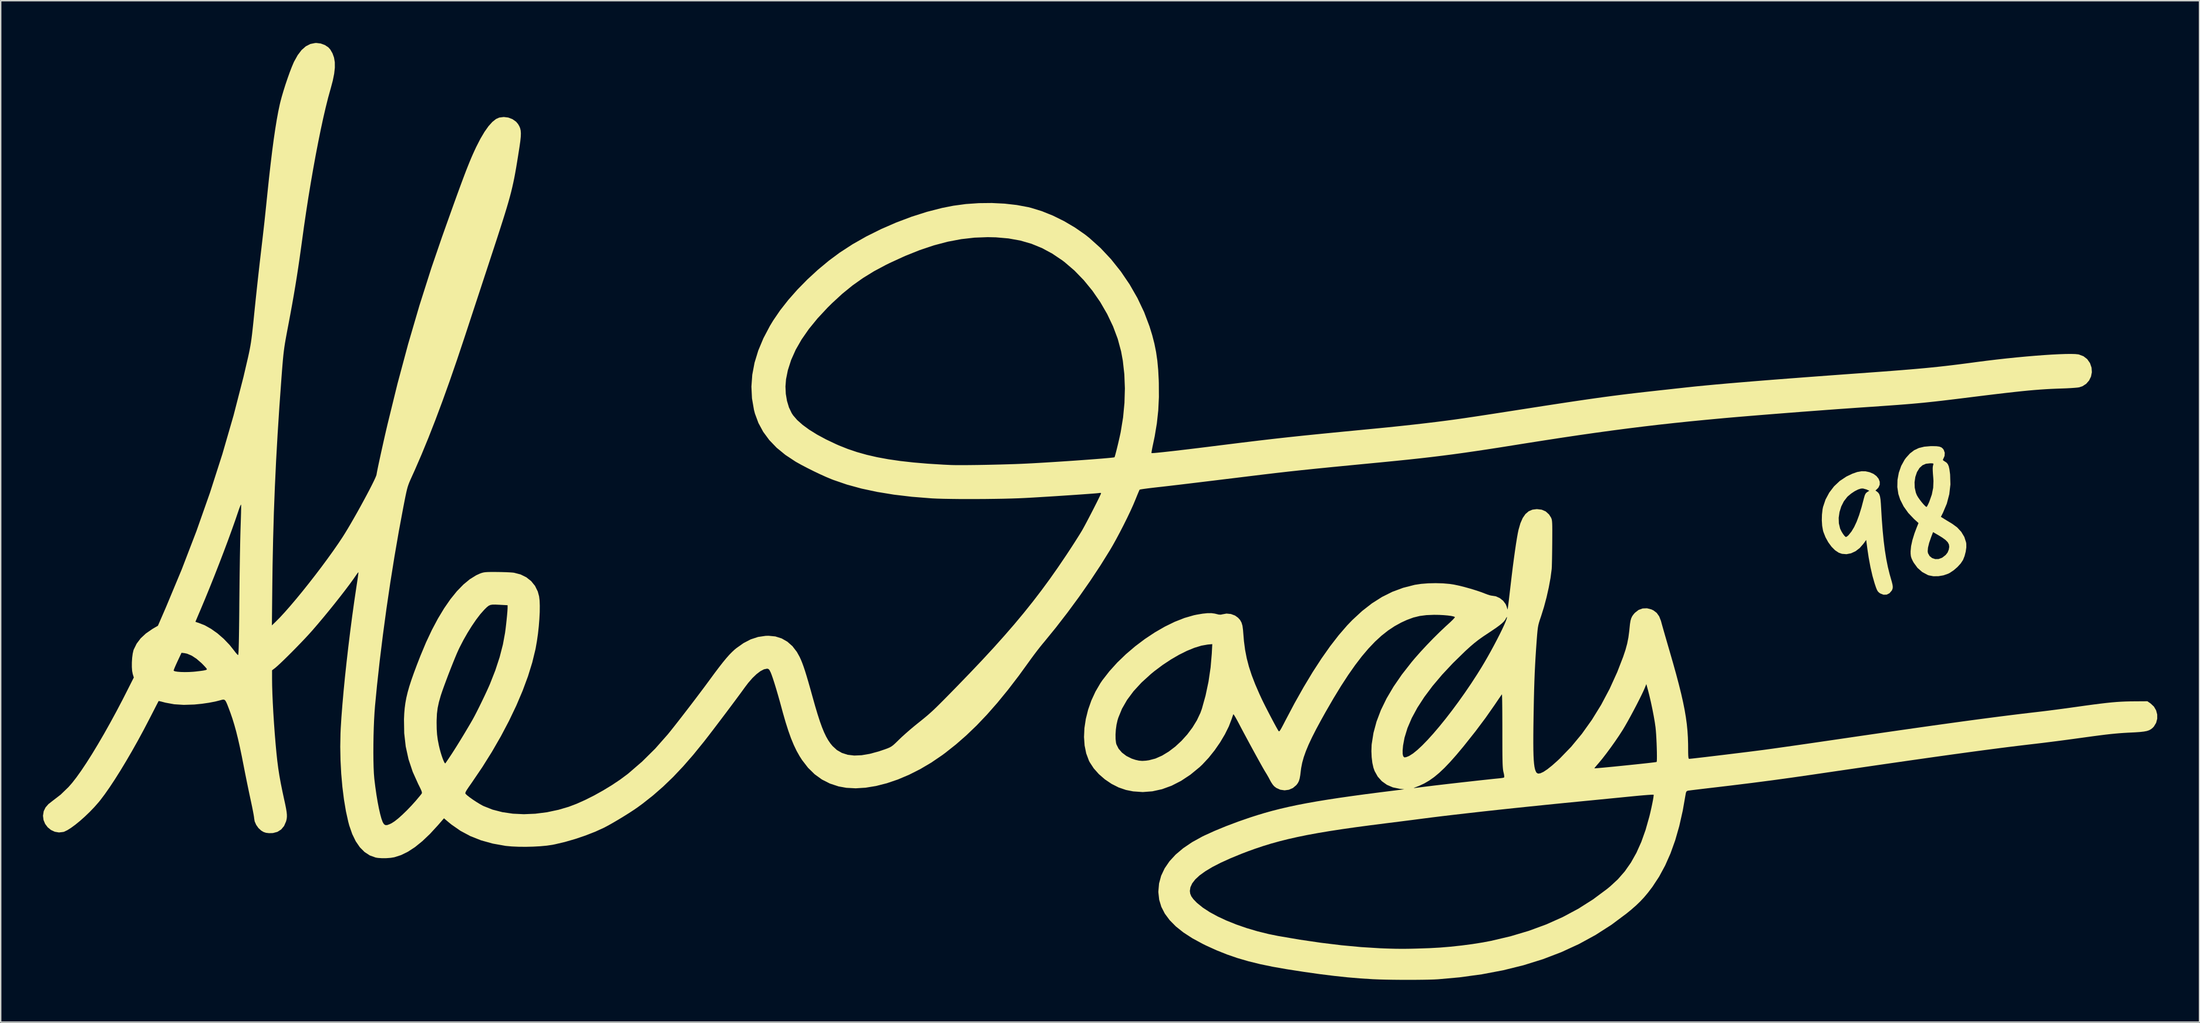
<source format=kicad_pcb>
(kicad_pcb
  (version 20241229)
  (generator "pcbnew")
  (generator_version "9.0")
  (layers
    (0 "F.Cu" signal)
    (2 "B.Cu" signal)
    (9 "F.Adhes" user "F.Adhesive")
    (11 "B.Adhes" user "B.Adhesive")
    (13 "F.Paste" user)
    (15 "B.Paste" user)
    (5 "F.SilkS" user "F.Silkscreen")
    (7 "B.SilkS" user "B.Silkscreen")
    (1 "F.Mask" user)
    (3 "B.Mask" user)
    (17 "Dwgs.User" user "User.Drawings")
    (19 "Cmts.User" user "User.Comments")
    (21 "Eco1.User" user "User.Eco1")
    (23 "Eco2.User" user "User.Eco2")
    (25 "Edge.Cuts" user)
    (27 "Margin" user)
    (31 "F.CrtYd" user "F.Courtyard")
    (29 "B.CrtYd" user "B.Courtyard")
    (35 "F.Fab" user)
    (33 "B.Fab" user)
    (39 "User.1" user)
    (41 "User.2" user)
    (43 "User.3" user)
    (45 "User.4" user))
  (footprint "Alectardy98 (HUGE)"
    (layer "F.Cu")
    (at 73.1 32.834)
    (property "Reference" "Alectardy98 (HUGE)" (at -11.43 5.588 0) (layer "User.1") (effects (font (size 1.524 1.524) (thickness 0.3))))
    (attr board_only exclude_from_pos_files exclude_from_bom)
    (fp_poly (pts (xy 56.223 -2.428) (xy 56.509 -2.366) (xy 56.786 -2.248) (xy 57.003 -2.087) (xy 57.154 -1.896) (xy 57.233 -1.689) (xy 57.233 -1.48) (xy 57.147 -1.284) (xy 57.061 -1.187) (xy 56.929 -1.064) (xy 57.04 -0.986) (xy 57.134 -0.902) (xy 57.204 -0.792) (xy 57.254 -0.638) (xy 57.289 -0.423) (xy 57.314 -0.13) (xy 57.323 0.025) (xy 57.377 0.941) (xy 57.44 1.766) (xy 57.513 2.509) (xy 57.598 3.182) (xy 57.696 3.794) (xy 57.808 4.355) (xy 57.936 4.875) (xy 58.013 5.146) (xy 58.093 5.426) (xy 58.142 5.63) (xy 58.159 5.78) (xy 58.147 5.896) (xy 58.108 5.998) (xy 58.083 6.043) (xy 57.923 6.228) (xy 57.723 6.326) (xy 57.5 6.332) (xy 57.272 6.243) (xy 57.24 6.223) (xy 57.155 6.157) (xy 57.088 6.08) (xy 57.028 5.971) (xy 56.964 5.808) (xy 56.884 5.571) (xy 56.874 5.542) (xy 56.718 4.998) (xy 56.575 4.376) (xy 56.449 3.7) (xy 56.357 3.088) (xy 56.272 2.443) (xy 56.079 2.711) (xy 55.815 3.015) (xy 55.517 3.244) (xy 55.198 3.392) (xy 54.872 3.455) (xy 54.551 3.429) (xy 54.323 3.349) (xy 54.064 3.177) (xy 53.812 2.924) (xy 53.581 2.61) (xy 53.385 2.255) (xy 53.237 1.879) (xy 53.205 1.764) (xy 53.147 1.435) (xy 53.123 1.049) (xy 53.127 0.872) (xy 54.32 0.872) (xy 54.333 1.268) (xy 54.42 1.629) (xy 54.435 1.667) (xy 54.519 1.84) (xy 54.62 2.006) (xy 54.721 2.142) (xy 54.804 2.223) (xy 54.836 2.235) (xy 54.907 2.201) (xy 55.007 2.116) (xy 55.027 2.095) (xy 55.229 1.843) (xy 55.418 1.528) (xy 55.598 1.142) (xy 55.771 0.677) (xy 55.941 0.126) (xy 56.111 -0.519) (xy 56.111 -0.519) (xy 56.168 -0.718) (xy 56.228 -0.845) (xy 56.307 -0.929) (xy 56.345 -0.955) (xy 56.494 -1.049) (xy 56.29 -1.141) (xy 56.044 -1.209) (xy 55.9 -1.203) (xy 55.694 -1.138) (xy 55.452 -1.014) (xy 55.203 -0.848) (xy 54.977 -0.659) (xy 54.927 -0.61) (xy 54.687 -0.3) (xy 54.503 0.065) (xy 54.379 0.464) (xy 54.32 0.872) (xy 53.127 0.872) (xy 53.133 0.647) (xy 53.176 0.269) (xy 53.21 0.102) (xy 53.387 -0.425) (xy 53.651 -0.917) (xy 53.99 -1.361) (xy 54.395 -1.743) (xy 54.853 -2.047) (xy 54.901 -2.073) (xy 55.294 -2.26) (xy 55.633 -2.378) (xy 55.936 -2.433)) (stroke (width 0) (type solid)) (fill yes) (layer "F.SilkS"))
    (fp_poly (pts (xy 61.265 -4.209) (xy 61.465 -4.181) (xy 61.607 -4.127) (xy 61.712 -4.038) (xy 61.774 -3.951) (xy 61.847 -3.743) (xy 61.832 -3.516) (xy 61.748 -3.324) (xy 61.714 -3.252) (xy 61.737 -3.199) (xy 61.834 -3.136) (xy 61.861 -3.121) (xy 61.978 -3.041) (xy 62.065 -2.934) (xy 62.13 -2.783) (xy 62.178 -2.569) (xy 62.218 -2.275) (xy 62.227 -2.192) (xy 62.248 -1.496) (xy 62.169 -0.806) (xy 61.992 -0.133) (xy 61.725 0.502) (xy 61.573 0.804) (xy 61.812 0.954) (xy 61.988 1.062) (xy 62.2 1.19) (xy 62.363 1.288) (xy 62.727 1.553) (xy 63.02 1.871) (xy 63.234 2.227) (xy 63.358 2.608) (xy 63.375 2.715) (xy 63.377 2.973) (xy 63.334 3.276) (xy 63.254 3.585) (xy 63.146 3.858) (xy 63.139 3.872) (xy 62.977 4.115) (xy 62.748 4.366) (xy 62.48 4.597) (xy 62.2 4.783) (xy 62.094 4.838) (xy 61.754 4.957) (xy 61.389 5.018) (xy 61.03 5.019) (xy 60.709 4.957) (xy 60.64 4.932) (xy 60.246 4.72) (xy 59.912 4.426) (xy 59.64 4.053) (xy 59.576 3.937) (xy 59.491 3.755) (xy 59.444 3.601) (xy 59.425 3.427) (xy 59.423 3.251) (xy 59.423 3.249) (xy 60.635 3.249) (xy 60.658 3.385) (xy 60.773 3.59) (xy 60.951 3.731) (xy 61.17 3.803) (xy 61.408 3.799) (xy 61.643 3.713) (xy 61.697 3.68) (xy 61.91 3.512) (xy 62.047 3.339) (xy 62.131 3.133) (xy 62.165 2.937) (xy 62.143 2.765) (xy 62.057 2.604) (xy 61.899 2.442) (xy 61.658 2.268) (xy 61.423 2.124) (xy 61.017 1.887) (xy 60.882 2.239) (xy 60.739 2.654) (xy 60.657 2.991) (xy 60.635 3.249) (xy 59.423 3.249) (xy 59.457 2.888) (xy 59.55 2.459) (xy 59.698 1.979) (xy 59.84 1.601) (xy 59.984 1.245) (xy 59.658 0.948) (xy 59.257 0.526) (xy 58.929 0.065) (xy 58.683 -0.421) (xy 58.554 -0.816) (xy 58.481 -1.307) (xy 58.489 -1.652) (xy 59.704 -1.652) (xy 59.716 -1.27) (xy 59.796 -0.909) (xy 59.868 -0.732) (xy 59.951 -0.589) (xy 60.067 -0.422) (xy 60.2 -0.249) (xy 60.334 -0.091) (xy 60.451 0.03) (xy 60.534 0.096) (xy 60.554 0.102) (xy 60.591 0.058) (xy 60.654 -0.058) (xy 60.73 -0.223) (xy 60.753 -0.278) (xy 60.929 -0.779) (xy 61.025 -1.256) (xy 61.045 -1.736) (xy 61.034 -1.93) (xy 61.008 -2.249) (xy 60.995 -2.484) (xy 60.992 -2.654) (xy 61.002 -2.775) (xy 61.022 -2.866) (xy 61.028 -2.883) (xy 61.045 -2.95) (xy 61.019 -2.984) (xy 60.929 -2.996) (xy 60.809 -2.997) (xy 60.51 -2.964) (xy 60.269 -2.859) (xy 60.062 -2.672) (xy 60.053 -2.661) (xy 59.875 -2.373) (xy 59.758 -2.028) (xy 59.704 -1.652) (xy 58.489 -1.652) (xy 58.493 -1.818) (xy 58.586 -2.327) (xy 58.755 -2.811) (xy 58.996 -3.248) (xy 59.098 -3.388) (xy 59.375 -3.695) (xy 59.672 -3.923) (xy 60.005 -4.081) (xy 60.391 -4.176) (xy 60.845 -4.215) (xy 60.985 -4.216)) (stroke (width 0) (type solid)) (fill yes) (layer "F.SilkS"))
    (fp_poly (pts (xy 33.248 0.296) (xy 33.534 0.421) (xy 33.764 0.631) (xy 33.898 0.838) (xy 33.928 0.899) (xy 33.951 0.963) (xy 33.969 1.041) (xy 33.982 1.147) (xy 33.991 1.292) (xy 33.996 1.487) (xy 33.998 1.744) (xy 33.997 2.076) (xy 33.995 2.494) (xy 33.994 2.642) (xy 33.99 3.05) (xy 33.985 3.437) (xy 33.979 3.79) (xy 33.972 4.092) (xy 33.965 4.329) (xy 33.957 4.485) (xy 33.954 4.521) (xy 33.873 5.138) (xy 33.749 5.811) (xy 33.592 6.51) (xy 33.408 7.202) (xy 33.204 7.855) (xy 33.176 7.936) (xy 33.104 8.149) (xy 33.049 8.329) (xy 33.007 8.497) (xy 32.975 8.675) (xy 32.949 8.887) (xy 32.924 9.154) (xy 32.897 9.497) (xy 32.894 9.537) (xy 32.85 10.149) (xy 32.812 10.73) (xy 32.78 11.295) (xy 32.752 11.864) (xy 32.729 12.454) (xy 32.709 13.083) (xy 32.692 13.768) (xy 32.677 14.528) (xy 32.669 14.961) (xy 32.658 15.69) (xy 32.652 16.324) (xy 32.651 16.871) (xy 32.655 17.338) (xy 32.665 17.731) (xy 32.681 18.058) (xy 32.704 18.325) (xy 32.733 18.541) (xy 32.769 18.711) (xy 32.813 18.842) (xy 32.865 18.943) (xy 32.883 18.969) (xy 32.988 19.03) (xy 33.15 19.009) (xy 33.371 18.907) (xy 33.648 18.723) (xy 33.733 18.655) (xy 36.982 18.655) (xy 37.031 18.655) (xy 37.168 18.645) (xy 37.381 18.627) (xy 37.657 18.602) (xy 37.985 18.571) (xy 38.352 18.536) (xy 38.744 18.496) (xy 39.151 18.455) (xy 39.558 18.413) (xy 39.955 18.372) (xy 40.327 18.332) (xy 40.664 18.296) (xy 40.952 18.263) (xy 41.179 18.236) (xy 41.332 18.216) (xy 41.399 18.204) (xy 41.401 18.203) (xy 41.414 18.139) (xy 41.421 17.99) (xy 41.422 17.774) (xy 41.419 17.506) (xy 41.411 17.204) (xy 41.4 16.885) (xy 41.385 16.566) (xy 41.368 16.262) (xy 41.348 15.992) (xy 41.326 15.772) (xy 41.324 15.748) (xy 41.27 15.372) (xy 41.193 14.929) (xy 41.1 14.449) (xy 40.997 13.962) (xy 40.889 13.498) (xy 40.789 13.106) (xy 40.671 12.675) (xy 40.569 12.929) (xy 40.472 13.152) (xy 40.334 13.444) (xy 40.163 13.789) (xy 39.971 14.166) (xy 39.765 14.558) (xy 39.556 14.948) (xy 39.353 15.316) (xy 39.166 15.644) (xy 39.005 15.915) (xy 38.987 15.943) (xy 38.733 16.337) (xy 38.446 16.758) (xy 38.143 17.184) (xy 37.84 17.594) (xy 37.553 17.965) (xy 37.298 18.274) (xy 37.257 18.321) (xy 37.13 18.468) (xy 37.034 18.583) (xy 36.986 18.648) (xy 36.982 18.655) (xy 33.733 18.655) (xy 33.981 18.458) (xy 34.37 18.112) (xy 34.534 17.957) (xy 35.336 17.128) (xy 36.094 16.212) (xy 36.805 15.216) (xy 37.464 14.148) (xy 38.066 13.014) (xy 38.608 11.821) (xy 39.025 10.744) (xy 39.19 10.253) (xy 39.311 9.809) (xy 39.398 9.372) (xy 39.46 8.904) (xy 39.476 8.741) (xy 39.509 8.42) (xy 39.548 8.179) (xy 39.602 7.995) (xy 39.677 7.843) (xy 39.781 7.703) (xy 39.871 7.605) (xy 40.122 7.411) (xy 40.409 7.307) (xy 40.717 7.294) (xy 41.032 7.375) (xy 41.187 7.451) (xy 41.411 7.625) (xy 41.582 7.867) (xy 41.709 8.19) (xy 41.732 8.276) (xy 41.766 8.402) (xy 41.825 8.612) (xy 41.904 8.891) (xy 42 9.226) (xy 42.109 9.602) (xy 42.226 10.006) (xy 42.314 10.308) (xy 42.568 11.189) (xy 42.79 11.985) (xy 42.98 12.705) (xy 43.143 13.359) (xy 43.278 13.957) (xy 43.389 14.51) (xy 43.476 15.027) (xy 43.543 15.517) (xy 43.59 15.992) (xy 43.62 16.46) (xy 43.635 16.933) (xy 43.637 17.22) (xy 43.639 17.525) (xy 43.645 17.741) (xy 43.657 17.881) (xy 43.675 17.958) (xy 43.702 17.983) (xy 43.705 17.983) (xy 43.78 17.977) (xy 43.944 17.96) (xy 44.186 17.933) (xy 44.495 17.897) (xy 44.86 17.855) (xy 45.268 17.806) (xy 45.71 17.753) (xy 46.172 17.698) (xy 46.645 17.64) (xy 47.117 17.582) (xy 47.575 17.526) (xy 48.01 17.472) (xy 48.41 17.421) (xy 48.763 17.376) (xy 48.997 17.346) (xy 49.274 17.308) (xy 49.64 17.258) (xy 50.084 17.195) (xy 50.594 17.123) (xy 51.157 17.043) (xy 51.764 16.956) (xy 52.401 16.864) (xy 53.059 16.768) (xy 53.724 16.671) (xy 54.305 16.586) (xy 55.819 16.364) (xy 57.238 16.158) (xy 58.568 15.966) (xy 59.813 15.788) (xy 60.978 15.623) (xy 62.07 15.471) (xy 63.094 15.33) (xy 64.054 15.2) (xy 64.957 15.081) (xy 65.806 14.971) (xy 66.609 14.87) (xy 67.369 14.777) (xy 68.093 14.692) (xy 68.402 14.656) (xy 68.772 14.613) (xy 69.215 14.558) (xy 69.704 14.495) (xy 70.211 14.428) (xy 70.709 14.36) (xy 71.145 14.299) (xy 71.802 14.207) (xy 72.371 14.13) (xy 72.866 14.067) (xy 73.3 14.016) (xy 73.686 13.976) (xy 74.037 13.946) (xy 74.367 13.925) (xy 74.688 13.911) (xy 75.014 13.903) (xy 75.235 13.901) (xy 76.225 13.894) (xy 76.462 14.058) (xy 76.69 14.273) (xy 76.843 14.538) (xy 76.922 14.832) (xy 76.923 15.135) (xy 76.845 15.428) (xy 76.687 15.689) (xy 76.598 15.784) (xy 76.482 15.877) (xy 76.352 15.95) (xy 76.19 16.005) (xy 75.982 16.045) (xy 75.71 16.076) (xy 75.36 16.1) (xy 75.184 16.109) (xy 74.836 16.126) (xy 74.517 16.145) (xy 74.212 16.167) (xy 73.906 16.194) (xy 73.584 16.226) (xy 73.232 16.266) (xy 72.835 16.316) (xy 72.377 16.376) (xy 71.845 16.449) (xy 71.399 16.51) (xy 70.904 16.578) (xy 70.369 16.65) (xy 69.82 16.722) (xy 69.284 16.79) (xy 68.788 16.852) (xy 68.358 16.903) (xy 68.25 16.916) (xy 67.691 16.981) (xy 67.115 17.05) (xy 66.518 17.123) (xy 65.893 17.202) (xy 65.237 17.287) (xy 64.543 17.378) (xy 63.806 17.477) (xy 63.022 17.584) (xy 62.186 17.699) (xy 61.291 17.824) (xy 60.334 17.96) (xy 59.309 18.106) (xy 58.21 18.264) (xy 57.034 18.434) (xy 55.774 18.618) (xy 54.425 18.815) (xy 52.983 19.026) (xy 52.502 19.097) (xy 51.022 19.31) (xy 49.582 19.508) (xy 48.141 19.695) (xy 46.663 19.877) (xy 45.72 19.989) (xy 45.276 20.041) (xy 44.86 20.09) (xy 44.485 20.135) (xy 44.161 20.174) (xy 43.9 20.206) (xy 43.714 20.23) (xy 43.615 20.244) (xy 43.604 20.246) (xy 43.526 20.288) (xy 43.479 20.39) (xy 43.461 20.485) (xy 43.254 21.666) (xy 43.008 22.757) (xy 42.719 23.766) (xy 42.386 24.696) (xy 42.006 25.554) (xy 41.578 26.345) (xy 41.1 27.073) (xy 40.788 27.482) (xy 40.518 27.804) (xy 40.243 28.099) (xy 39.942 28.389) (xy 39.594 28.693) (xy 39.264 28.963) (xy 38.197 29.76) (xy 37.072 30.482) (xy 35.887 31.129) (xy 34.641 31.703) (xy 33.331 32.204) (xy 31.955 32.633) (xy 30.513 32.99) (xy 29.001 33.276) (xy 27.418 33.492) (xy 25.908 33.628) (xy 25.611 33.644) (xy 25.23 33.656) (xy 24.783 33.664) (xy 24.289 33.669) (xy 23.765 33.671) (xy 23.229 33.669) (xy 22.7 33.664) (xy 22.195 33.655) (xy 21.733 33.643) (xy 21.33 33.627) (xy 21.26 33.624) (xy 20.379 33.568) (xy 19.464 33.491) (xy 18.501 33.388) (xy 17.479 33.261) (xy 16.386 33.106) (xy 15.208 32.923) (xy 15.164 32.916) (xy 14.174 32.743) (xy 13.269 32.556) (xy 12.433 32.35) (xy 11.648 32.121) (xy 10.901 31.863) (xy 10.172 31.571) (xy 9.448 31.242) (xy 9.195 31.118) (xy 8.459 30.719) (xy 7.823 30.306) (xy 7.285 29.877) (xy 6.846 29.432) (xy 6.503 28.969) (xy 6.256 28.487) (xy 6.104 27.985) (xy 6.046 27.462) (xy 6.045 27.395) (xy 6.048 27.359) (xy 8.28 27.359) (xy 8.305 27.553) (xy 8.384 27.742) (xy 8.529 27.943) (xy 8.75 28.173) (xy 8.807 28.226) (xy 9.202 28.546) (xy 9.687 28.862) (xy 10.252 29.17) (xy 10.884 29.464) (xy 11.573 29.741) (xy 12.307 29.995) (xy 13.074 30.222) (xy 13.865 30.418) (xy 14.529 30.553) (xy 16.074 30.817) (xy 17.582 31.038) (xy 19.041 31.215) (xy 20.438 31.345) (xy 21.762 31.427) (xy 22.098 31.441) (xy 22.493 31.454) (xy 22.852 31.463) (xy 23.195 31.467) (xy 23.542 31.467) (xy 23.913 31.462) (xy 24.327 31.452) (xy 24.804 31.437) (xy 25.324 31.418) (xy 26.028 31.379) (xy 26.785 31.316) (xy 27.563 31.232) (xy 28.331 31.131) (xy 29.056 31.016) (xy 29.642 30.905) (xy 31.028 30.579) (xy 32.337 30.189) (xy 33.574 29.734) (xy 34.742 29.212) (xy 35.846 28.621) (xy 36.889 27.959) (xy 37.877 27.224) (xy 38.106 27.036) (xy 38.651 26.532) (xy 39.141 25.971) (xy 39.578 25.347) (xy 39.968 24.652) (xy 40.313 23.882) (xy 40.617 23.029) (xy 40.883 22.087) (xy 40.887 22.073) (xy 40.961 21.767) (xy 41.03 21.46) (xy 41.091 21.171) (xy 41.141 20.915) (xy 41.175 20.712) (xy 41.191 20.576) (xy 41.19 20.531) (xy 41.137 20.526) (xy 40.996 20.531) (xy 40.777 20.545) (xy 40.494 20.567) (xy 40.158 20.596) (xy 39.782 20.632) (xy 39.548 20.655) (xy 39.084 20.701) (xy 38.547 20.754) (xy 37.965 20.811) (xy 37.366 20.87) (xy 36.778 20.928) (xy 36.229 20.981) (xy 36.017 21.002) (xy 34.802 21.121) (xy 33.599 21.242) (xy 32.416 21.363) (xy 31.262 21.483) (xy 30.146 21.602) (xy 29.076 21.719) (xy 28.062 21.833) (xy 27.112 21.942) (xy 26.236 22.045) (xy 25.44 22.143) (xy 24.736 22.233) (xy 24.587 22.253) (xy 24.348 22.284) (xy 24.027 22.326) (xy 23.645 22.374) (xy 23.223 22.428) (xy 22.779 22.484) (xy 22.335 22.539) (xy 22.2 22.556) (xy 21.064 22.701) (xy 20.021 22.84) (xy 19.063 22.977) (xy 18.182 23.113) (xy 17.369 23.249) (xy 16.617 23.387) (xy 15.917 23.53) (xy 15.261 23.678) (xy 14.64 23.834) (xy 14.047 23.998) (xy 13.473 24.174) (xy 12.91 24.363) (xy 12.35 24.565) (xy 11.952 24.718) (xy 11.16 25.043) (xy 10.468 25.358) (xy 9.874 25.663) (xy 9.377 25.962) (xy 8.974 26.253) (xy 8.665 26.539) (xy 8.447 26.821) (xy 8.319 27.099) (xy 8.28 27.359) (xy 6.048 27.359) (xy 6.095 26.828) (xy 6.243 26.281) (xy 6.49 25.757) (xy 6.833 25.255) (xy 7.272 24.778) (xy 7.807 24.326) (xy 8.435 23.9) (xy 9.157 23.501) (xy 9.322 23.421) (xy 10.039 23.095) (xy 10.837 22.766) (xy 11.695 22.442) (xy 12.543 22.148) (xy 13.069 21.979) (xy 13.598 21.82) (xy 14.138 21.67) (xy 14.697 21.528) (xy 15.283 21.392) (xy 15.902 21.26) (xy 16.563 21.132) (xy 17.273 21.006) (xy 18.04 20.88) (xy 18.871 20.753) (xy 19.775 20.624) (xy 20.758 20.49) (xy 21.829 20.352) (xy 22.758 20.236) (xy 23.495 20.145) (xy 23.156 20.106) (xy 22.899 20.052) (xy 24.167 20.052) (xy 24.194 20.056) (xy 24.301 20.043) (xy 24.308 20.043) (xy 24.428 20.027) (xy 24.627 20.002) (xy 24.88 19.97) (xy 25.166 19.934) (xy 25.324 19.915) (xy 25.605 19.88) (xy 25.954 19.839) (xy 26.356 19.792) (xy 26.797 19.741) (xy 27.262 19.688) (xy 27.738 19.634) (xy 28.209 19.582) (xy 28.663 19.531) (xy 29.083 19.485) (xy 29.457 19.445) (xy 29.77 19.411) (xy 30.007 19.387) (xy 30.132 19.375) (xy 30.325 19.355) (xy 30.479 19.333) (xy 30.566 19.313) (xy 30.573 19.31) (xy 30.592 19.239) (xy 30.57 19.078) (xy 30.54 18.948) (xy 30.52 18.863) (xy 30.504 18.764) (xy 30.491 18.641) (xy 30.48 18.487) (xy 30.471 18.291) (xy 30.465 18.044) (xy 30.46 17.739) (xy 30.457 17.364) (xy 30.456 16.912) (xy 30.455 16.373) (xy 30.455 15.992) (xy 30.454 15.487) (xy 30.452 15.016) (xy 30.45 14.587) (xy 30.446 14.21) (xy 30.442 13.894) (xy 30.437 13.648) (xy 30.431 13.482) (xy 30.425 13.405) (xy 30.423 13.401) (xy 30.385 13.453) (xy 30.301 13.575) (xy 30.179 13.752) (xy 30.031 13.971) (xy 29.894 14.173) (xy 29.262 15.076) (xy 28.55 16.027) (xy 27.762 17.019) (xy 27.665 17.139) (xy 27.185 17.712) (xy 26.748 18.205) (xy 26.346 18.626) (xy 25.97 18.981) (xy 25.611 19.279) (xy 25.262 19.525) (xy 24.913 19.729) (xy 24.555 19.897) (xy 24.372 19.97) (xy 24.225 20.025) (xy 24.167 20.052) (xy 22.899 20.052) (xy 22.682 20.007) (xy 22.262 19.826) (xy 21.902 19.569) (xy 21.61 19.242) (xy 21.391 18.85) (xy 21.308 18.618) (xy 21.23 18.271) (xy 21.181 17.863) (xy 21.162 17.431) (xy 21.164 17.378) (xy 23.378 17.378) (xy 23.38 17.631) (xy 23.418 17.795) (xy 23.491 17.872) (xy 23.535 17.879) (xy 23.648 17.855) (xy 23.799 17.795) (xy 23.86 17.765) (xy 24.122 17.597) (xy 24.429 17.348) (xy 24.774 17.025) (xy 25.153 16.635) (xy 25.559 16.186) (xy 25.986 15.684) (xy 26.429 15.137) (xy 26.881 14.552) (xy 27.337 13.936) (xy 27.792 13.295) (xy 28.239 12.639) (xy 28.672 11.972) (xy 28.968 11.498) (xy 29.189 11.127) (xy 29.417 10.732) (xy 29.645 10.324) (xy 29.867 9.914) (xy 30.077 9.514) (xy 30.271 9.134) (xy 30.442 8.785) (xy 30.584 8.48) (xy 30.692 8.229) (xy 30.76 8.043) (xy 30.783 7.935) (xy 30.766 7.914) (xy 30.725 7.979) (xy 30.714 8.003) (xy 30.652 8.117) (xy 30.559 8.234) (xy 30.427 8.363) (xy 30.244 8.512) (xy 30 8.69) (xy 29.685 8.904) (xy 29.436 9.069) (xy 29.07 9.313) (xy 28.76 9.535) (xy 28.477 9.756) (xy 28.19 10) (xy 27.87 10.291) (xy 27.796 10.36) (xy 26.943 11.193) (xy 26.178 12.011) (xy 25.503 12.81) (xy 24.919 13.59) (xy 24.426 14.349) (xy 24.027 15.085) (xy 23.722 15.797) (xy 23.512 16.483) (xy 23.41 17.032) (xy 23.378 17.378) (xy 21.164 17.378) (xy 21.177 17.011) (xy 21.185 16.929) (xy 21.311 16.135) (xy 21.528 15.333) (xy 21.836 14.521) (xy 22.238 13.696) (xy 22.734 12.856) (xy 23.325 11.997) (xy 24.013 11.118) (xy 24.248 10.838) (xy 24.646 10.388) (xy 25.089 9.91) (xy 25.553 9.43) (xy 26.014 8.974) (xy 26.446 8.566) (xy 26.563 8.461) (xy 26.757 8.282) (xy 26.918 8.126) (xy 27.032 8.005) (xy 27.087 7.932) (xy 27.089 7.918) (xy 26.998 7.876) (xy 26.823 7.838) (xy 26.581 7.806) (xy 26.289 7.781) (xy 25.965 7.764) (xy 25.625 7.759) (xy 25.603 7.759) (xy 25.066 7.78) (xy 24.59 7.841) (xy 24.142 7.951) (xy 23.688 8.118) (xy 23.281 8.305) (xy 22.806 8.566) (xy 22.339 8.877) (xy 21.877 9.242) (xy 21.417 9.665) (xy 20.954 10.152) (xy 20.484 10.706) (xy 20.006 11.332) (xy 19.513 12.035) (xy 19.003 12.819) (xy 18.473 13.688) (xy 17.918 14.647) (xy 17.601 15.215) (xy 17.248 15.868) (xy 16.952 16.449) (xy 16.708 16.969) (xy 16.513 17.437) (xy 16.362 17.864) (xy 16.252 18.258) (xy 16.179 18.631) (xy 16.152 18.834) (xy 16.114 19.147) (xy 16.071 19.381) (xy 16.018 19.557) (xy 15.946 19.7) (xy 15.85 19.829) (xy 15.832 19.85) (xy 15.59 20.054) (xy 15.306 20.177) (xy 15.002 20.217) (xy 14.698 20.174) (xy 14.414 20.046) (xy 14.257 19.924) (xy 14.153 19.8) (xy 14.04 19.628) (xy 13.974 19.507) (xy 13.865 19.301) (xy 13.735 19.075) (xy 13.657 18.948) (xy 13.58 18.821) (xy 13.462 18.617) (xy 13.311 18.348) (xy 13.133 18.027) (xy 12.935 17.668) (xy 12.725 17.283) (xy 12.508 16.884) (xy 12.293 16.484) (xy 12.085 16.097) (xy 11.893 15.734) (xy 11.758 15.476) (xy 11.632 15.24) (xy 11.521 15.042) (xy 11.434 14.899) (xy 11.38 14.823) (xy 11.367 14.816) (xy 11.339 14.885) (xy 11.292 15.018) (xy 11.253 15.138) (xy 11.048 15.675) (xy 10.767 16.241) (xy 10.426 16.816) (xy 10.037 17.378) (xy 9.614 17.907) (xy 9.171 18.382) (xy 8.975 18.568) (xy 8.324 19.103) (xy 7.66 19.544) (xy 6.986 19.889) (xy 6.306 20.137) (xy 5.621 20.288) (xy 4.936 20.34) (xy 4.254 20.292) (xy 3.747 20.191) (xy 3.229 20.014) (xy 2.725 19.759) (xy 2.25 19.438) (xy 1.822 19.066) (xy 1.457 18.655) (xy 1.173 18.219) (xy 1.115 18.105) (xy 0.926 17.597) (xy 0.812 17.036) (xy 0.77 16.432) (xy 0.778 16.253) (xy 3.006 16.253) (xy 3.01 16.575) (xy 3.041 16.844) (xy 3.069 16.955) (xy 3.223 17.262) (xy 3.463 17.539) (xy 3.776 17.777) (xy 4.149 17.964) (xy 4.425 18.055) (xy 4.671 18.11) (xy 4.9 18.129) (xy 5.154 18.114) (xy 5.379 18.082) (xy 5.838 17.962) (xy 6.31 17.753) (xy 6.783 17.466) (xy 7.246 17.113) (xy 7.688 16.704) (xy 8.098 16.249) (xy 8.465 15.76) (xy 8.779 15.247) (xy 9.028 14.721) (xy 9.134 14.427) (xy 9.394 13.494) (xy 9.603 12.506) (xy 9.752 11.497) (xy 9.836 10.52) (xy 9.871 9.839) (xy 9.545 9.869) (xy 9.1 9.947) (xy 8.603 10.099) (xy 8.068 10.318) (xy 7.506 10.598) (xy 6.929 10.934) (xy 6.35 11.318) (xy 5.779 11.745) (xy 5.512 11.964) (xy 4.848 12.568) (xy 4.286 13.18) (xy 3.824 13.8) (xy 3.463 14.429) (xy 3.203 15.066) (xy 3.149 15.24) (xy 3.077 15.557) (xy 3.029 15.904) (xy 3.006 16.253) (xy 0.778 16.253) (xy 0.799 15.799) (xy 0.898 15.147) (xy 1.062 14.49) (xy 1.291 13.84) (xy 1.583 13.208) (xy 1.935 12.606) (xy 2.08 12.394) (xy 2.572 11.763) (xy 3.129 11.147) (xy 3.741 10.557) (xy 4.395 9.999) (xy 5.081 9.481) (xy 5.785 9.013) (xy 6.497 8.601) (xy 7.205 8.255) (xy 7.898 7.982) (xy 8.562 7.79) (xy 8.763 7.748) (xy 9.185 7.677) (xy 9.528 7.642) (xy 9.811 7.64) (xy 10.049 7.672) (xy 10.136 7.694) (xy 10.334 7.742) (xy 10.477 7.748) (xy 10.58 7.725) (xy 10.882 7.67) (xy 11.195 7.701) (xy 11.489 7.812) (xy 11.701 7.966) (xy 11.846 8.127) (xy 11.946 8.308) (xy 12.013 8.532) (xy 12.052 8.822) (xy 12.064 8.97) (xy 12.119 9.631) (xy 12.201 10.251) (xy 12.317 10.847) (xy 12.471 11.439) (xy 12.669 12.045) (xy 12.915 12.684) (xy 13.215 13.376) (xy 13.384 13.741) (xy 13.492 13.964) (xy 13.63 14.24) (xy 13.788 14.549) (xy 13.955 14.872) (xy 14.123 15.191) (xy 14.28 15.486) (xy 14.417 15.737) (xy 14.524 15.925) (xy 14.561 15.987) (xy 14.588 16.022) (xy 14.617 16.028) (xy 14.657 15.996) (xy 14.713 15.914) (xy 14.794 15.772) (xy 14.906 15.561) (xy 15.053 15.276) (xy 15.706 14.04) (xy 16.353 12.891) (xy 16.991 11.83) (xy 17.621 10.86) (xy 18.239 9.983) (xy 18.845 9.201) (xy 19.438 8.515) (xy 19.809 8.129) (xy 20.504 7.487) (xy 21.203 6.943) (xy 21.916 6.49) (xy 22.65 6.124) (xy 23.415 5.841) (xy 24.219 5.635) (xy 24.256 5.627) (xy 24.691 5.562) (xy 25.19 5.523) (xy 25.719 5.511) (xy 26.244 5.526) (xy 26.73 5.568) (xy 26.999 5.609) (xy 27.351 5.682) (xy 27.754 5.782) (xy 28.178 5.9) (xy 28.59 6.026) (xy 28.959 6.151) (xy 29.204 6.245) (xy 29.4 6.32) (xy 29.576 6.375) (xy 29.699 6.4) (xy 29.712 6.401) (xy 30 6.447) (xy 30.274 6.573) (xy 30.511 6.762) (xy 30.686 6.996) (xy 30.754 7.157) (xy 30.824 7.391) (xy 30.853 7.214) (xy 30.866 7.117) (xy 30.889 6.934) (xy 30.92 6.681) (xy 30.956 6.373) (xy 30.997 6.025) (xy 31.039 5.664) (xy 31.117 5.003) (xy 31.195 4.368) (xy 31.274 3.771) (xy 31.35 3.222) (xy 31.422 2.732) (xy 31.49 2.311) (xy 31.55 1.971) (xy 31.601 1.727) (xy 31.735 1.261) (xy 31.897 0.889) (xy 32.091 0.607) (xy 32.32 0.41) (xy 32.589 0.294) (xy 32.902 0.255) (xy 32.907 0.255)) (stroke (width 0) (type solid)) (fill yes) (layer "F.SilkS"))
    (fp_poly (pts (xy -53.389 -32.795) (xy -53.098 -32.687) (xy -52.853 -32.525) (xy -52.714 -32.372) (xy -52.555 -32.096) (xy -52.448 -31.797) (xy -52.392 -31.463) (xy -52.389 -31.086) (xy -52.437 -30.654) (xy -52.537 -30.156) (xy -52.689 -29.583) (xy -52.71 -29.512) (xy -52.87 -28.934) (xy -53.037 -28.265) (xy -53.211 -27.515) (xy -53.388 -26.694) (xy -53.567 -25.812) (xy -53.747 -24.88) (xy -53.924 -23.906) (xy -54.098 -22.901) (xy -54.267 -21.876) (xy -54.427 -20.84) (xy -54.579 -19.804) (xy -54.662 -19.202) (xy -54.777 -18.366) (xy -54.883 -17.61) (xy -54.985 -16.913) (xy -55.086 -16.255) (xy -55.189 -15.616) (xy -55.297 -14.975) (xy -55.414 -14.31) (xy -55.543 -13.602) (xy -55.688 -12.83) (xy -55.752 -12.497) (xy -55.822 -12.122) (xy -55.881 -11.799) (xy -55.931 -11.511) (xy -55.972 -11.242) (xy -56.008 -10.973) (xy -56.041 -10.689) (xy -56.072 -10.372) (xy -56.104 -10.006) (xy -56.139 -9.573) (xy -56.178 -9.057) (xy -56.181 -9.017) (xy -56.327 -6.996) (xy -56.452 -5.053) (xy -56.559 -3.165) (xy -56.646 -1.311) (xy -56.717 0.53) (xy -56.77 2.382) (xy -56.809 4.266) (xy -56.827 5.639) (xy -56.857 8.509) (xy -56.593 8.255) (xy -56.287 7.947) (xy -55.936 7.565) (xy -55.546 7.121) (xy -55.127 6.626) (xy -54.688 6.092) (xy -54.238 5.528) (xy -53.785 4.947) (xy -53.34 4.361) (xy -52.91 3.779) (xy -52.504 3.215) (xy -52.132 2.678) (xy -51.854 2.261) (xy -51.678 1.982) (xy -51.479 1.655) (xy -51.264 1.291) (xy -51.038 0.898) (xy -50.806 0.49) (xy -50.575 0.074) (xy -50.351 -0.337) (xy -50.138 -0.733) (xy -49.942 -1.104) (xy -49.77 -1.44) (xy -49.627 -1.729) (xy -49.519 -1.961) (xy -49.451 -2.127) (xy -49.428 -2.212) (xy -49.417 -2.288) (xy -49.386 -2.451) (xy -49.338 -2.689) (xy -49.275 -2.989) (xy -49.199 -3.339) (xy -49.115 -3.727) (xy -49.023 -4.14) (xy -48.928 -4.567) (xy -48.831 -4.995) (xy -48.735 -5.412) (xy -48.658 -5.74) (xy -47.946 -8.643) (xy -47.19 -11.459) (xy -46.389 -14.195) (xy -45.542 -16.858) (xy -44.785 -19.064) (xy -44.482 -19.917) (xy -44.209 -20.681) (xy -43.965 -21.363) (xy -43.746 -21.97) (xy -43.55 -22.507) (xy -43.374 -22.983) (xy -43.216 -23.404) (xy -43.074 -23.777) (xy -42.943 -24.108) (xy -42.823 -24.405) (xy -42.711 -24.674) (xy -42.603 -24.922) (xy -42.497 -25.156) (xy -42.391 -25.383) (xy -42.363 -25.444) (xy -42.063 -26.031) (xy -41.771 -26.525) (xy -41.488 -26.925) (xy -41.215 -27.229) (xy -40.954 -27.436) (xy -40.725 -27.538) (xy -40.403 -27.579) (xy -40.081 -27.539) (xy -39.782 -27.424) (xy -39.53 -27.245) (xy -39.393 -27.083) (xy -39.304 -26.933) (xy -39.241 -26.782) (xy -39.203 -26.615) (xy -39.189 -26.416) (xy -39.198 -26.17) (xy -39.23 -25.861) (xy -39.285 -25.474) (xy -39.313 -25.294) (xy -39.389 -24.812) (xy -39.459 -24.377) (xy -39.525 -23.98) (xy -39.59 -23.613) (xy -39.655 -23.266) (xy -39.724 -22.932) (xy -39.798 -22.601) (xy -39.879 -22.264) (xy -39.971 -21.913) (xy -40.075 -21.54) (xy -40.194 -21.134) (xy -40.33 -20.688) (xy -40.485 -20.193) (xy -40.662 -19.641) (xy -40.862 -19.021) (xy -41.089 -18.327) (xy -41.345 -17.548) (xy -41.46 -17.196) (xy -41.664 -16.575) (xy -41.88 -15.919) (xy -42.101 -15.245) (xy -42.323 -14.57) (xy -42.54 -13.912) (xy -42.745 -13.288) (xy -42.933 -12.715) (xy -43.098 -12.212) (xy -43.18 -11.963) (xy -43.719 -10.349) (xy -44.244 -8.83) (xy -44.757 -7.402) (xy -45.259 -6.06) (xy -45.753 -4.799) (xy -46.24 -3.615) (xy -46.722 -2.502) (xy -46.946 -2.007) (xy -47.034 -1.812) (xy -47.106 -1.644) (xy -47.166 -1.487) (xy -47.22 -1.326) (xy -47.27 -1.144) (xy -47.321 -0.926) (xy -47.379 -0.656) (xy -47.446 -0.317) (xy -47.528 0.102) (xy -47.851 1.835) (xy -48.161 3.633) (xy -48.455 5.473) (xy -48.729 7.331) (xy -48.979 9.183) (xy -49.204 11.006) (xy -49.399 12.778) (xy -49.539 14.224) (xy -49.575 14.695) (xy -49.605 15.221) (xy -49.628 15.785) (xy -49.645 16.37) (xy -49.654 16.96) (xy -49.657 17.536) (xy -49.652 18.082) (xy -49.64 18.58) (xy -49.62 19.013) (xy -49.592 19.365) (xy -49.588 19.406) (xy -49.518 19.975) (xy -49.44 20.521) (xy -49.355 21.031) (xy -49.266 21.492) (xy -49.176 21.891) (xy -49.087 22.217) (xy -49.001 22.455) (xy -48.988 22.484) (xy -48.905 22.62) (xy -48.805 22.685) (xy -48.671 22.683) (xy -48.485 22.613) (xy -48.353 22.547) (xy -48.143 22.411) (xy -47.885 22.206) (xy -47.593 21.944) (xy -47.279 21.64) (xy -46.957 21.305) (xy -46.64 20.952) (xy -46.341 20.594) (xy -46.235 20.461) (xy -46.213 20.415) (xy -46.214 20.349) (xy -46.246 20.249) (xy -46.313 20.097) (xy -46.42 19.878) (xy -46.472 19.776) (xy -46.865 18.903) (xy -47.161 18.014) (xy -47.361 17.102) (xy -47.468 16.158) (xy -47.48 15.418) (xy -45.169 15.418) (xy -45.162 15.867) (xy -45.136 16.256) (xy -45.087 16.626) (xy -45.011 17.017) (xy -44.951 17.272) (xy -44.882 17.526) (xy -44.806 17.77) (xy -44.729 17.988) (xy -44.657 18.161) (xy -44.598 18.273) (xy -44.556 18.308) (xy -44.551 18.304) (xy -44.511 18.249) (xy -44.426 18.125) (xy -44.307 17.949) (xy -44.166 17.737) (xy -44.11 17.653) (xy -43.935 17.382) (xy -43.723 17.046) (xy -43.488 16.666) (xy -43.244 16.265) (xy -43.006 15.867) (xy -42.785 15.493) (xy -42.61 15.189) (xy -42.484 14.958) (xy -42.328 14.657) (xy -42.152 14.307) (xy -41.968 13.93) (xy -41.785 13.55) (xy -41.615 13.187) (xy -41.469 12.865) (xy -41.386 12.675) (xy -41.005 11.706) (xy -40.696 10.764) (xy -40.463 9.86) (xy -40.313 9.042) (xy -40.274 8.753) (xy -40.236 8.433) (xy -40.201 8.106) (xy -40.17 7.795) (xy -40.147 7.524) (xy -40.134 7.316) (xy -40.132 7.234) (xy -40.132 7.077) (xy -40.727 7.045) (xy -41.003 7.032) (xy -41.203 7.034) (xy -41.353 7.059) (xy -41.477 7.116) (xy -41.602 7.214) (xy -41.752 7.361) (xy -41.8 7.411) (xy -42.073 7.72) (xy -42.368 8.107) (xy -42.673 8.554) (xy -42.977 9.042) (xy -43.269 9.555) (xy -43.537 10.075) (xy -43.608 10.223) (xy -43.717 10.464) (xy -43.85 10.781) (xy -44.002 11.154) (xy -44.164 11.562) (xy -44.329 11.985) (xy -44.487 12.404) (xy -44.633 12.797) (xy -44.758 13.146) (xy -44.854 13.43) (xy -44.873 13.489) (xy -45.005 13.952) (xy -45.094 14.368) (xy -45.146 14.782) (xy -45.167 15.236) (xy -45.169 15.418) (xy -47.48 15.418) (xy -47.484 15.176) (xy -47.483 15.153) (xy -47.465 14.756) (xy -47.433 14.38) (xy -47.384 14.014) (xy -47.316 13.643) (xy -47.224 13.257) (xy -47.106 12.841) (xy -46.958 12.383) (xy -46.777 11.871) (xy -46.56 11.291) (xy -46.317 10.668) (xy -45.918 9.713) (xy -45.502 8.829) (xy -45.073 8.022) (xy -44.633 7.293) (xy -44.185 6.646) (xy -43.731 6.085) (xy -43.273 5.613) (xy -42.814 5.233) (xy -42.357 4.95) (xy -42.078 4.824) (xy -41.963 4.784) (xy -41.851 4.754) (xy -41.723 4.735) (xy -41.561 4.723) (xy -41.345 4.718) (xy -41.057 4.718) (xy -40.868 4.719) (xy -40.55 4.724) (xy -40.247 4.733) (xy -39.981 4.745) (xy -39.775 4.76) (xy -39.674 4.772) (xy -39.21 4.893) (xy -38.803 5.094) (xy -38.459 5.366) (xy -38.186 5.704) (xy -37.991 6.101) (xy -37.897 6.446) (xy -37.861 6.743) (xy -37.847 7.121) (xy -37.852 7.563) (xy -37.877 8.052) (xy -37.918 8.569) (xy -37.976 9.097) (xy -38.05 9.618) (xy -38.137 10.115) (xy -38.156 10.211) (xy -38.382 11.142) (xy -38.686 12.124) (xy -39.065 13.147) (xy -39.514 14.203) (xy -40.029 15.282) (xy -40.606 16.377) (xy -41.241 17.479) (xy -41.93 18.578) (xy -42.668 19.666) (xy -42.718 19.738) (xy -42.895 19.991) (xy -43.018 20.175) (xy -43.093 20.303) (xy -43.127 20.388) (xy -43.128 20.442) (xy -43.116 20.464) (xy -43.007 20.57) (xy -42.831 20.709) (xy -42.611 20.866) (xy -42.369 21.027) (xy -42.126 21.177) (xy -41.907 21.3) (xy -41.833 21.336) (xy -41.2 21.587) (xy -40.505 21.766) (xy -39.761 21.875) (xy -38.977 21.912) (xy -38.167 21.878) (xy -37.342 21.774) (xy -36.512 21.597) (xy -35.796 21.386) (xy -35.24 21.175) (xy -34.633 20.904) (xy -34 20.586) (xy -33.361 20.231) (xy -32.739 19.853) (xy -32.155 19.463) (xy -31.631 19.074) (xy -31.572 19.027) (xy -30.588 18.178) (xy -29.656 17.255) (xy -28.774 16.256) (xy -28.585 16.024) (xy -28.346 15.723) (xy -28.067 15.368) (xy -27.759 14.972) (xy -27.433 14.549) (xy -27.098 14.113) (xy -26.766 13.676) (xy -26.446 13.252) (xy -26.149 12.856) (xy -25.886 12.5) (xy -25.79 12.37) (xy -25.432 11.882) (xy -25.121 11.471) (xy -24.851 11.125) (xy -24.614 10.838) (xy -24.402 10.598) (xy -24.207 10.398) (xy -24.023 10.228) (xy -23.906 10.131) (xy -23.392 9.767) (xy -22.88 9.501) (xy -22.359 9.33) (xy -21.824 9.252) (xy -21.615 9.246) (xy -21.132 9.293) (xy -20.685 9.434) (xy -20.28 9.666) (xy -19.919 9.985) (xy -19.607 10.39) (xy -19.412 10.741) (xy -19.321 10.938) (xy -19.231 11.158) (xy -19.137 11.413) (xy -19.036 11.713) (xy -18.925 12.069) (xy -18.8 12.492) (xy -18.657 12.992) (xy -18.498 13.564) (xy -18.31 14.233) (xy -18.137 14.811) (xy -17.977 15.308) (xy -17.824 15.733) (xy -17.676 16.094) (xy -17.529 16.402) (xy -17.379 16.665) (xy -17.223 16.893) (xy -17.073 17.074) (xy -16.764 17.358) (xy -16.406 17.564) (xy -15.998 17.694) (xy -15.535 17.748) (xy -15.015 17.726) (xy -14.436 17.628) (xy -13.793 17.454) (xy -13.345 17.302) (xy -13.153 17.231) (xy -13.006 17.166) (xy -12.879 17.092) (xy -12.751 16.994) (xy -12.6 16.856) (xy -12.403 16.664) (xy -12.368 16.629) (xy -12.153 16.424) (xy -11.883 16.181) (xy -11.586 15.921) (xy -11.286 15.669) (xy -11.1 15.518) (xy -10.849 15.317) (xy -10.631 15.141) (xy -10.437 14.98) (xy -10.256 14.826) (xy -10.08 14.669) (xy -9.898 14.501) (xy -9.7 14.311) (xy -9.477 14.091) (xy -9.218 13.832) (xy -8.915 13.525) (xy -8.557 13.16) (xy -8.285 12.882) (xy -7.334 11.899) (xy -6.453 10.97) (xy -5.637 10.087) (xy -4.878 9.239) (xy -4.167 8.419) (xy -3.497 7.615) (xy -2.861 6.82) (xy -2.251 6.024) (xy -1.659 5.218) (xy -1.078 4.392) (xy -0.5 3.538) (xy -0.293 3.225) (xy -0.09 2.914) (xy 0.113 2.599) (xy 0.302 2.301) (xy 0.465 2.042) (xy 0.588 1.841) (xy 0.611 1.803) (xy 0.7 1.646) (xy 0.818 1.431) (xy 0.957 1.171) (xy 1.109 0.881) (xy 1.269 0.574) (xy 1.428 0.265) (xy 1.579 -0.033) (xy 1.717 -0.306) (xy 1.832 -0.541) (xy 1.919 -0.723) (xy 1.97 -0.838) (xy 1.981 -0.872) (xy 1.94 -0.897) (xy 1.867 -0.891) (xy 1.784 -0.88) (xy 1.612 -0.864) (xy 1.359 -0.844) (xy 1.039 -0.82) (xy 0.661 -0.793) (xy 0.237 -0.763) (xy -0.222 -0.732) (xy -0.706 -0.7) (xy -1.202 -0.667) (xy -1.701 -0.636) (xy -2.191 -0.606) (xy -2.66 -0.577) (xy -3.099 -0.552) (xy -3.429 -0.534) (xy -3.877 -0.514) (xy -4.394 -0.497) (xy -4.966 -0.482) (xy -5.576 -0.472) (xy -6.21 -0.464) (xy -6.852 -0.46) (xy -7.487 -0.459) (xy -8.1 -0.461) (xy -8.674 -0.468) (xy -9.195 -0.477) (xy -9.648 -0.49) (xy -10.016 -0.507) (xy -10.058 -0.51) (xy -11.433 -0.619) (xy -12.717 -0.771) (xy -13.915 -0.967) (xy -15.028 -1.205) (xy -16.06 -1.488) (xy -17.012 -1.815) (xy -17.17 -1.877) (xy -17.536 -2.03) (xy -17.958 -2.221) (xy -18.407 -2.435) (xy -18.854 -2.659) (xy -19.272 -2.877) (xy -19.631 -3.077) (xy -19.71 -3.123) (xy -20.422 -3.594) (xy -21.04 -4.101) (xy -21.564 -4.647) (xy -21.995 -5.232) (xy -22.333 -5.856) (xy -22.579 -6.52) (xy -22.649 -6.786) (xy -22.791 -7.609) (xy -22.831 -8.442) (xy -22.83 -8.449) (xy -20.415 -8.449) (xy -20.391 -7.929) (xy -20.307 -7.427) (xy -20.167 -6.963) (xy -19.974 -6.559) (xy -19.871 -6.401) (xy -19.583 -6.067) (xy -19.199 -5.726) (xy -18.726 -5.38) (xy -18.168 -5.033) (xy -17.531 -4.69) (xy -16.821 -4.353) (xy -16.612 -4.261) (xy -15.992 -4.014) (xy -15.341 -3.794) (xy -14.651 -3.6) (xy -13.912 -3.43) (xy -13.117 -3.284) (xy -12.257 -3.159) (xy -11.326 -3.055) (xy -10.313 -2.969) (xy -9.212 -2.901) (xy -8.687 -2.876) (xy -8.451 -2.87) (xy -8.129 -2.867) (xy -7.733 -2.867) (xy -7.279 -2.871) (xy -6.782 -2.877) (xy -6.254 -2.886) (xy -5.711 -2.898) (xy -5.167 -2.911) (xy -4.637 -2.926) (xy -4.135 -2.942) (xy -3.674 -2.96) (xy -3.327 -2.976) (xy -2.892 -2.998) (xy -2.417 -3.025) (xy -1.912 -3.055) (xy -1.387 -3.088) (xy -0.852 -3.122) (xy -0.316 -3.158) (xy 0.211 -3.194) (xy 0.719 -3.231) (xy 1.197 -3.266) (xy 1.638 -3.3) (xy 2.03 -3.331) (xy 2.364 -3.36) (xy 2.63 -3.385) (xy 2.818 -3.405) (xy 2.919 -3.42) (xy 2.933 -3.425) (xy 2.955 -3.483) (xy 2.995 -3.621) (xy 3.048 -3.822) (xy 3.11 -4.067) (xy 3.176 -4.339) (xy 3.242 -4.619) (xy 3.303 -4.89) (xy 3.356 -5.131) (xy 3.376 -5.232) (xy 3.542 -6.252) (xy 3.64 -7.284) (xy 3.67 -8.312) (xy 3.631 -9.315) (xy 3.524 -10.276) (xy 3.402 -10.941) (xy 3.162 -11.831) (xy 2.829 -12.719) (xy 2.413 -13.593) (xy 1.923 -14.44) (xy 1.366 -15.246) (xy 0.752 -15.997) (xy 0.089 -16.681) (xy -0.615 -17.284) (xy -0.779 -17.408) (xy -1.489 -17.885) (xy -2.214 -18.275) (xy -2.965 -18.582) (xy -3.752 -18.809) (xy -4.587 -18.959) (xy -5.48 -19.037) (xy -6.064 -19.05) (xy -7.002 -19.015) (xy -7.944 -18.908) (xy -8.899 -18.727) (xy -9.875 -18.47) (xy -10.879 -18.134) (xy -11.92 -17.718) (xy -13.006 -17.22) (xy -13.276 -17.087) (xy -14.127 -16.633) (xy -14.915 -16.148) (xy -15.661 -15.619) (xy -16.385 -15.029) (xy -17.108 -14.363) (xy -17.434 -14.04) (xy -18.144 -13.277) (xy -18.755 -12.528) (xy -19.269 -11.789) (xy -19.688 -11.058) (xy -20.012 -10.332) (xy -20.244 -9.608) (xy -20.374 -8.966) (xy -20.415 -8.449) (xy -22.83 -8.449) (xy -22.77 -9.284) (xy -22.609 -10.136) (xy -22.346 -10.998) (xy -21.982 -11.87) (xy -21.518 -12.75) (xy -21.285 -13.135) (xy -20.791 -13.858) (xy -20.214 -14.593) (xy -19.566 -15.327) (xy -18.861 -16.045) (xy -18.114 -16.733) (xy -17.338 -17.378) (xy -16.571 -17.948) (xy -15.659 -18.542) (xy -14.673 -19.102) (xy -13.632 -19.62) (xy -12.555 -20.089) (xy -11.461 -20.502) (xy -10.369 -20.849) (xy -9.297 -21.124) (xy -8.499 -21.281) (xy -7.609 -21.401) (xy -6.692 -21.464) (xy -5.77 -21.474) (xy -4.865 -21.429) (xy -3.998 -21.331) (xy -3.191 -21.18) (xy -2.992 -21.131) (xy -2.218 -20.893) (xy -1.425 -20.573) (xy -0.637 -20.183) (xy 0.125 -19.734) (xy 0.839 -19.238) (xy 1.143 -18.998) (xy 1.939 -18.282) (xy 2.687 -17.485) (xy 3.379 -16.618) (xy 4.006 -15.695) (xy 4.561 -14.727) (xy 5.036 -13.726) (xy 5.414 -12.725) (xy 5.609 -12.094) (xy 5.764 -11.492) (xy 5.884 -10.896) (xy 5.973 -10.28) (xy 6.034 -9.619) (xy 6.072 -8.89) (xy 6.078 -8.687) (xy 6.084 -7.692) (xy 6.038 -6.752) (xy 5.939 -5.834) (xy 5.784 -4.903) (xy 5.684 -4.425) (xy 5.631 -4.176) (xy 5.59 -3.964) (xy 5.564 -3.809) (xy 5.557 -3.728) (xy 5.558 -3.721) (xy 5.616 -3.719) (xy 5.768 -3.729) (xy 6.009 -3.751) (xy 6.33 -3.784) (xy 6.727 -3.827) (xy 7.192 -3.879) (xy 7.719 -3.941) (xy 8.301 -4.01) (xy 8.933 -4.087) (xy 9.608 -4.17) (xy 9.779 -4.192) (xy 10.565 -4.29) (xy 11.283 -4.379) (xy 11.943 -4.461) (xy 12.557 -4.535) (xy 13.132 -4.605) (xy 13.681 -4.669) (xy 14.214 -4.731) (xy 14.739 -4.79) (xy 15.269 -4.848) (xy 15.812 -4.906) (xy 16.379 -4.966) (xy 16.981 -5.027) (xy 17.627 -5.092) (xy 18.327 -5.161) (xy 19.093 -5.236) (xy 19.933 -5.317) (xy 20.859 -5.407) (xy 21.412 -5.46) (xy 22.329 -5.55) (xy 23.248 -5.646) (xy 24.148 -5.744) (xy 25.011 -5.843) (xy 25.816 -5.94) (xy 26.544 -6.033) (xy 26.67 -6.05) (xy 26.926 -6.084) (xy 27.186 -6.12) (xy 27.456 -6.158) (xy 27.745 -6.2) (xy 28.062 -6.247) (xy 28.415 -6.299) (xy 28.812 -6.359) (xy 29.262 -6.428) (xy 29.773 -6.506) (xy 30.353 -6.596) (xy 31.01 -6.698) (xy 31.754 -6.814) (xy 32.36 -6.908) (xy 33.334 -7.06) (xy 34.22 -7.196) (xy 35.027 -7.319) (xy 35.767 -7.429) (xy 36.45 -7.529) (xy 37.088 -7.62) (xy 37.692 -7.704) (xy 38.273 -7.781) (xy 38.841 -7.854) (xy 39.407 -7.924) (xy 39.983 -7.992) (xy 40.579 -8.06) (xy 41.173 -8.126) (xy 41.622 -8.176) (xy 42.058 -8.223) (xy 42.466 -8.268) (xy 42.831 -8.309) (xy 43.139 -8.342) (xy 43.374 -8.368) (xy 43.51 -8.383) (xy 44.107 -8.447) (xy 44.793 -8.514) (xy 45.569 -8.587) (xy 46.437 -8.664) (xy 47.397 -8.745) (xy 48.45 -8.832) (xy 49.599 -8.924) (xy 50.844 -9.02) (xy 52.187 -9.122) (xy 53.628 -9.229) (xy 55.169 -9.342) (xy 55.626 -9.375) (xy 56.537 -9.441) (xy 57.357 -9.501) (xy 58.097 -9.557) (xy 58.767 -9.61) (xy 59.377 -9.66) (xy 59.938 -9.708) (xy 60.461 -9.756) (xy 60.956 -9.804) (xy 61.433 -9.854) (xy 61.902 -9.906) (xy 62.376 -9.962) (xy 62.862 -10.022) (xy 63.374 -10.088) (xy 63.92 -10.16) (xy 64.11 -10.186) (xy 64.81 -10.276) (xy 65.518 -10.361) (xy 66.225 -10.44) (xy 66.923 -10.511) (xy 67.603 -10.575) (xy 68.255 -10.63) (xy 68.871 -10.677) (xy 69.442 -10.714) (xy 69.96 -10.74) (xy 70.415 -10.756) (xy 70.799 -10.76) (xy 71.102 -10.752) (xy 71.317 -10.73) (xy 71.367 -10.72) (xy 71.693 -10.595) (xy 71.956 -10.391) (xy 72.151 -10.112) (xy 72.155 -10.104) (xy 72.264 -9.784) (xy 72.285 -9.461) (xy 72.224 -9.153) (xy 72.088 -8.874) (xy 71.885 -8.641) (xy 71.622 -8.469) (xy 71.386 -8.39) (xy 71.257 -8.372) (xy 71.048 -8.353) (xy 70.781 -8.335) (xy 70.477 -8.319) (xy 70.201 -8.309) (xy 69.795 -8.295) (xy 69.404 -8.278) (xy 69.017 -8.257) (xy 68.624 -8.231) (xy 68.214 -8.199) (xy 67.778 -8.161) (xy 67.304 -8.114) (xy 66.782 -8.058) (xy 66.202 -7.993) (xy 65.553 -7.917) (xy 64.825 -7.829) (xy 64.007 -7.728) (xy 63.957 -7.722) (xy 63.267 -7.636) (xy 62.655 -7.56) (xy 62.107 -7.494) (xy 61.611 -7.435) (xy 61.154 -7.383) (xy 60.723 -7.337) (xy 60.307 -7.294) (xy 59.891 -7.255) (xy 59.464 -7.217) (xy 59.012 -7.18) (xy 58.523 -7.142) (xy 57.984 -7.103) (xy 57.382 -7.06) (xy 56.705 -7.013) (xy 55.94 -6.961) (xy 55.905 -6.959) (xy 55.139 -6.905) (xy 54.315 -6.847) (xy 53.449 -6.783) (xy 52.554 -6.716) (xy 51.646 -6.648) (xy 50.738 -6.577) (xy 49.845 -6.507) (xy 48.982 -6.438) (xy 48.162 -6.371) (xy 47.4 -6.308) (xy 46.71 -6.249) (xy 46.108 -6.196) (xy 46.101 -6.195) (xy 44.909 -6.084) (xy 43.762 -5.972) (xy 42.648 -5.856) (xy 41.554 -5.736) (xy 40.468 -5.608) (xy 39.377 -5.473) (xy 38.268 -5.328) (xy 37.128 -5.172) (xy 35.946 -5.003) (xy 34.707 -4.819) (xy 33.401 -4.618) (xy 32.013 -4.4) (xy 31.344 -4.293) (xy 30.333 -4.132) (xy 29.404 -3.988) (xy 28.541 -3.859) (xy 27.726 -3.741) (xy 26.942 -3.633) (xy 26.171 -3.534) (xy 25.396 -3.439) (xy 24.601 -3.348) (xy 23.767 -3.258) (xy 22.878 -3.167) (xy 21.915 -3.072) (xy 21.666 -3.048) (xy 20.728 -2.958) (xy 19.882 -2.876) (xy 19.118 -2.802) (xy 18.427 -2.735) (xy 17.799 -2.672) (xy 17.225 -2.615) (xy 16.696 -2.56) (xy 16.201 -2.509) (xy 15.732 -2.458) (xy 15.279 -2.409) (xy 14.833 -2.358) (xy 14.384 -2.307) (xy 13.923 -2.252) (xy 13.44 -2.195) (xy 12.926 -2.132) (xy 12.522 -2.083) (xy 11.61 -1.971) (xy 10.791 -1.872) (xy 10.059 -1.782) (xy 9.407 -1.703) (xy 8.828 -1.633) (xy 8.314 -1.571) (xy 7.859 -1.516) (xy 7.456 -1.468) (xy 7.097 -1.426) (xy 6.776 -1.388) (xy 6.486 -1.355) (xy 6.219 -1.324) (xy 5.968 -1.297) (xy 5.944 -1.294) (xy 5.606 -1.255) (xy 5.303 -1.218) (xy 5.048 -1.184) (xy 4.857 -1.156) (xy 4.743 -1.135) (xy 4.718 -1.127) (xy 4.688 -1.069) (xy 4.63 -0.935) (xy 4.549 -0.742) (xy 4.455 -0.509) (xy 4.418 -0.418) (xy 4.261 -0.044) (xy 4.062 0.396) (xy 3.831 0.88) (xy 3.578 1.389) (xy 3.315 1.9) (xy 3.051 2.394) (xy 2.798 2.849) (xy 2.607 3.175) (xy 1.94 4.247) (xy 1.207 5.355) (xy 0.423 6.477) (xy -0.395 7.589) (xy -1.231 8.671) (xy -2.068 9.698) (xy -2.164 9.811) (xy -2.344 10.033) (xy -2.559 10.308) (xy -2.786 10.608) (xy -3.002 10.901) (xy -3.076 11.005) (xy -3.865 12.093) (xy -4.631 13.091) (xy -5.379 14.005) (xy -6.115 14.842) (xy -6.845 15.609) (xy -7.576 16.311) (xy -8.313 16.956) (xy -9.063 17.55) (xy -9.292 17.72) (xy -10.065 18.247) (xy -10.853 18.712) (xy -11.647 19.113) (xy -12.439 19.448) (xy -13.222 19.714) (xy -13.987 19.909) (xy -14.726 20.03) (xy -15.431 20.074) (xy -16.093 20.039) (xy -16.643 19.94) (xy -17.262 19.736) (xy -17.828 19.449) (xy -18.344 19.076) (xy -18.813 18.616) (xy -19.238 18.065) (xy -19.414 17.79) (xy -19.626 17.413) (xy -19.826 16.994) (xy -20.021 16.523) (xy -20.212 15.988) (xy -20.406 15.378) (xy -20.606 14.683) (xy -20.675 14.427) (xy -20.81 13.93) (xy -20.945 13.455) (xy -21.074 13.013) (xy -21.195 12.619) (xy -21.303 12.285) (xy -21.394 12.024) (xy -21.463 11.849) (xy -21.541 11.694) (xy -21.607 11.614) (xy -21.683 11.585) (xy -21.724 11.582) (xy -21.941 11.627) (xy -22.191 11.758) (xy -22.466 11.967) (xy -22.758 12.247) (xy -23.057 12.591) (xy -23.292 12.9) (xy -23.476 13.155) (xy -23.711 13.475) (xy -23.986 13.846) (xy -24.29 14.253) (xy -24.611 14.682) (xy -24.939 15.116) (xy -25.262 15.542) (xy -25.568 15.945) (xy -25.848 16.31) (xy -26.09 16.622) (xy -26.221 16.789) (xy -26.961 17.7) (xy -27.68 18.524) (xy -28.388 19.272) (xy -29.097 19.955) (xy -29.815 20.582) (xy -30.554 21.165) (xy -30.912 21.428) (xy -31.184 21.614) (xy -31.515 21.83) (xy -31.884 22.061) (xy -32.266 22.293) (xy -32.638 22.512) (xy -32.977 22.704) (xy -33.259 22.854) (xy -33.299 22.874) (xy -33.92 23.157) (xy -34.609 23.426) (xy -35.337 23.672) (xy -36.07 23.884) (xy -36.777 24.05) (xy -36.957 24.086) (xy -37.346 24.143) (xy -37.809 24.186) (xy -38.317 24.214) (xy -38.843 24.227) (xy -39.359 24.222) (xy -39.838 24.201) (xy -40.252 24.163) (xy -40.284 24.159) (xy -41.183 23.998) (xy -42.01 23.769) (xy -42.772 23.468) (xy -43.474 23.093) (xy -44.12 22.643) (xy -44.315 22.484) (xy -44.646 22.203) (xy -45.076 22.698) (xy -45.638 23.309) (xy -46.178 23.823) (xy -46.698 24.244) (xy -47.202 24.574) (xy -47.692 24.815) (xy -48.167 24.967) (xy -48.426 25.01) (xy -48.733 25.033) (xy -49.047 25.035) (xy -49.33 25.016) (xy -49.492 24.989) (xy -49.905 24.841) (xy -50.278 24.599) (xy -50.612 24.264) (xy -50.905 23.838) (xy -51.156 23.322) (xy -51.367 22.715) (xy -51.435 22.461) (xy -51.603 21.704) (xy -51.743 20.868) (xy -51.855 19.972) (xy -51.937 19.036) (xy -51.988 18.081) (xy -52.006 17.124) (xy -51.989 16.186) (xy -51.973 15.824) (xy -51.923 15.022) (xy -51.854 14.136) (xy -51.77 13.179) (xy -51.671 12.168) (xy -51.558 11.118) (xy -51.435 10.043) (xy -51.302 8.958) (xy -51.162 7.879) (xy -51.015 6.82) (xy -50.863 5.796) (xy -50.824 5.54) (xy -50.783 5.271) (xy -50.75 5.039) (xy -50.727 4.863) (xy -50.717 4.759) (xy -50.718 4.739) (xy -50.753 4.767) (xy -50.822 4.857) (xy -50.861 4.914) (xy -51.076 5.226) (xy -51.348 5.6) (xy -51.667 6.023) (xy -52.022 6.482) (xy -52.402 6.963) (xy -52.797 7.453) (xy -53.197 7.939) (xy -53.591 8.407) (xy -53.967 8.844) (xy -54.03 8.915) (xy -54.248 9.158) (xy -54.506 9.436) (xy -54.793 9.737) (xy -55.096 10.05) (xy -55.404 10.363) (xy -55.705 10.664) (xy -55.988 10.942) (xy -56.241 11.184) (xy -56.453 11.38) (xy -56.611 11.518) (xy -56.655 11.552) (xy -56.845 11.696) (xy -56.845 12.289) (xy -56.839 12.792) (xy -56.821 13.378) (xy -56.792 14.03) (xy -56.754 14.729) (xy -56.707 15.458) (xy -56.653 16.2) (xy -56.592 16.936) (xy -56.535 17.551) (xy -56.475 18.114) (xy -56.407 18.643) (xy -56.326 19.167) (xy -56.227 19.712) (xy -56.107 20.306) (xy -56 20.803) (xy -55.914 21.195) (xy -55.852 21.506) (xy -55.812 21.75) (xy -55.793 21.944) (xy -55.792 22.104) (xy -55.808 22.247) (xy -55.841 22.387) (xy -55.85 22.421) (xy -55.991 22.747) (xy -56.197 22.996) (xy -56.463 23.165) (xy -56.785 23.251) (xy -57.059 23.258) (xy -57.278 23.232) (xy -57.448 23.175) (xy -57.615 23.075) (xy -57.81 22.897) (xy -57.972 22.668) (xy -58.08 22.422) (xy -58.115 22.209) (xy -58.126 22.11) (xy -58.156 21.929) (xy -58.202 21.682) (xy -58.261 21.386) (xy -58.33 21.058) (xy -58.367 20.886) (xy -58.456 20.47) (xy -58.556 19.992) (xy -58.659 19.489) (xy -58.758 18.999) (xy -58.844 18.558) (xy -58.852 18.517) (xy -58.997 17.78) (xy -59.133 17.13) (xy -59.264 16.553) (xy -59.392 16.036) (xy -59.523 15.565) (xy -59.658 15.126) (xy -59.803 14.705) (xy -59.931 14.364) (xy -60.031 14.107) (xy -60.109 13.933) (xy -60.177 13.828) (xy -60.248 13.781) (xy -60.336 13.777) (xy -60.455 13.805) (xy -60.503 13.82) (xy -60.883 13.916) (xy -61.334 14.002) (xy -61.824 14.073) (xy -62.323 14.123) (xy -62.369 14.127) (xy -63.114 14.151) (xy -63.79 14.108) (xy -64.403 13.996) (xy -64.516 13.967) (xy -64.694 13.92) (xy -64.827 13.888) (xy -64.893 13.878) (xy -64.895 13.879) (xy -64.92 13.926) (xy -64.985 14.052) (xy -65.085 14.245) (xy -65.212 14.494) (xy -65.362 14.786) (xy -65.528 15.109) (xy -65.543 15.138) (xy -65.948 15.915) (xy -66.362 16.68) (xy -66.781 17.426) (xy -67.198 18.141) (xy -67.606 18.817) (xy -68 19.442) (xy -68.374 20.008) (xy -68.722 20.505) (xy -69.037 20.922) (xy -69.154 21.065) (xy -69.456 21.409) (xy -69.784 21.75) (xy -70.125 22.077) (xy -70.467 22.382) (xy -70.797 22.652) (xy -71.104 22.877) (xy -71.375 23.048) (xy -71.597 23.154) (xy -71.65 23.171) (xy -71.965 23.208) (xy -72.265 23.157) (xy -72.536 23.03) (xy -72.767 22.84) (xy -72.947 22.6) (xy -73.062 22.323) (xy -73.1 22.021) (xy -73.05 21.708) (xy -73.043 21.686) (xy -72.919 21.432) (xy -72.717 21.198) (xy -72.434 20.976) (xy -71.844 20.521) (xy -71.292 19.987) (xy -71.035 19.694) (xy -70.727 19.299) (xy -70.385 18.819) (xy -70.013 18.262) (xy -69.617 17.637) (xy -69.202 16.951) (xy -68.772 16.214) (xy -68.334 15.433) (xy -67.891 14.618) (xy -67.449 13.776) (xy -67.183 13.254) (xy -66.655 12.207) (xy -66.732 11.958) (xy -66.774 11.742) (xy -66.776 11.721) (xy -63.83 11.721) (xy -63.829 11.727) (xy -63.736 11.768) (xy -63.562 11.798) (xy -63.325 11.817) (xy -63.044 11.824) (xy -62.739 11.819) (xy -62.43 11.801) (xy -62.255 11.784) (xy -61.949 11.748) (xy -61.73 11.717) (xy -61.586 11.689) (xy -61.504 11.662) (xy -61.471 11.631) (xy -61.468 11.616) (xy -61.502 11.56) (xy -61.596 11.451) (xy -61.733 11.306) (xy -61.862 11.177) (xy -62.21 10.876) (xy -62.551 10.654) (xy -62.876 10.517) (xy -63.068 10.477) (xy -63.271 10.455) (xy -63.563 11.078) (xy -63.668 11.308) (xy -63.753 11.503) (xy -63.809 11.647) (xy -63.83 11.721) (xy -66.776 11.721) (xy -66.794 11.459) (xy -66.793 11.139) (xy -66.773 10.814) (xy -66.734 10.515) (xy -66.679 10.275) (xy -66.66 10.222) (xy -66.454 9.805) (xy -66.17 9.429) (xy -65.802 9.086) (xy -65.342 8.767) (xy -65.265 8.721) (xy -64.944 8.534) (xy -64.821 8.251) (xy -62.281 8.251) (xy -62.237 8.272) (xy -62.127 8.309) (xy -62.065 8.328) (xy -61.625 8.5) (xy -61.169 8.756) (xy -60.711 9.082) (xy -60.268 9.468) (xy -59.855 9.9) (xy -59.535 10.302) (xy -59.42 10.452) (xy -59.322 10.563) (xy -59.259 10.614) (xy -59.253 10.616) (xy -59.241 10.581) (xy -59.23 10.474) (xy -59.22 10.291) (xy -59.211 10.028) (xy -59.202 9.684) (xy -59.194 9.253) (xy -59.186 8.733) (xy -59.178 8.121) (xy -59.171 7.413) (xy -59.167 6.871) (xy -59.16 6.212) (xy -59.153 5.543) (xy -59.145 4.879) (xy -59.135 4.233) (xy -59.126 3.616) (xy -59.115 3.042) (xy -59.105 2.525) (xy -59.094 2.076) (xy -59.084 1.71) (xy -59.079 1.56) (xy -59.066 1.17) (xy -59.055 0.811) (xy -59.046 0.497) (xy -59.041 0.24) (xy -59.039 0.053) (xy -59.041 -0.05) (xy -59.043 -0.065) (xy -59.066 -0.046) (xy -59.112 0.053) (xy -59.174 0.215) (xy -59.231 0.381) (xy -59.446 1.015) (xy -59.698 1.724) (xy -59.978 2.493) (xy -60.282 3.303) (xy -60.602 4.138) (xy -60.932 4.982) (xy -61.267 5.818) (xy -61.598 6.628) (xy -61.92 7.397) (xy -62.023 7.637) (xy -62.119 7.863) (xy -62.199 8.053) (xy -62.256 8.187) (xy -62.28 8.249) (xy -62.281 8.251) (xy -64.821 8.251) (xy -64.373 7.217) (xy -63.255 4.536) (xy -62.213 1.822) (xy -61.25 -0.912) (xy -60.37 -3.655) (xy -59.577 -6.395) (xy -58.875 -9.121) (xy -58.55 -10.516) (xy -58.488 -10.8) (xy -58.434 -11.06) (xy -58.387 -11.312) (xy -58.344 -11.569) (xy -58.304 -11.85) (xy -58.264 -12.167) (xy -58.222 -12.538) (xy -58.175 -12.977) (xy -58.122 -13.5) (xy -58.116 -13.564) (xy -58.059 -14.118) (xy -57.994 -14.739) (xy -57.924 -15.396) (xy -57.852 -16.059) (xy -57.781 -16.696) (xy -57.715 -17.277) (xy -57.686 -17.526) (xy -57.619 -18.103) (xy -57.562 -18.593) (xy -57.513 -19.012) (xy -57.472 -19.375) (xy -57.435 -19.696) (xy -57.402 -19.99) (xy -57.371 -20.272) (xy -57.341 -20.557) (xy -57.309 -20.859) (xy -57.274 -21.193) (xy -57.235 -21.575) (xy -57.189 -22.018) (xy -57.176 -22.149) (xy -57.06 -23.251) (xy -56.946 -24.255) (xy -56.836 -25.166) (xy -56.727 -25.988) (xy -56.619 -26.724) (xy -56.513 -27.379) (xy -56.407 -27.956) (xy -56.3 -28.46) (xy -56.257 -28.643) (xy -56.159 -29.013) (xy -56.036 -29.431) (xy -55.897 -29.873) (xy -55.747 -30.316) (xy -55.597 -30.738) (xy -55.452 -31.115) (xy -55.322 -31.424) (xy -55.281 -31.513) (xy -55.026 -31.971) (xy -54.751 -32.332) (xy -54.452 -32.595) (xy -54.13 -32.761) (xy -53.783 -32.831) (xy -53.696 -32.834)) (stroke (width 0) (type solid)) (fill yes) (layer "F.SilkS")))
  (gr_rect
    (start -3 -3)
    (end 153.023 69.505)
    (stroke (width 0.1) (type default))
    (fill no)
    (layer "Edge.Cuts")))
</source>
